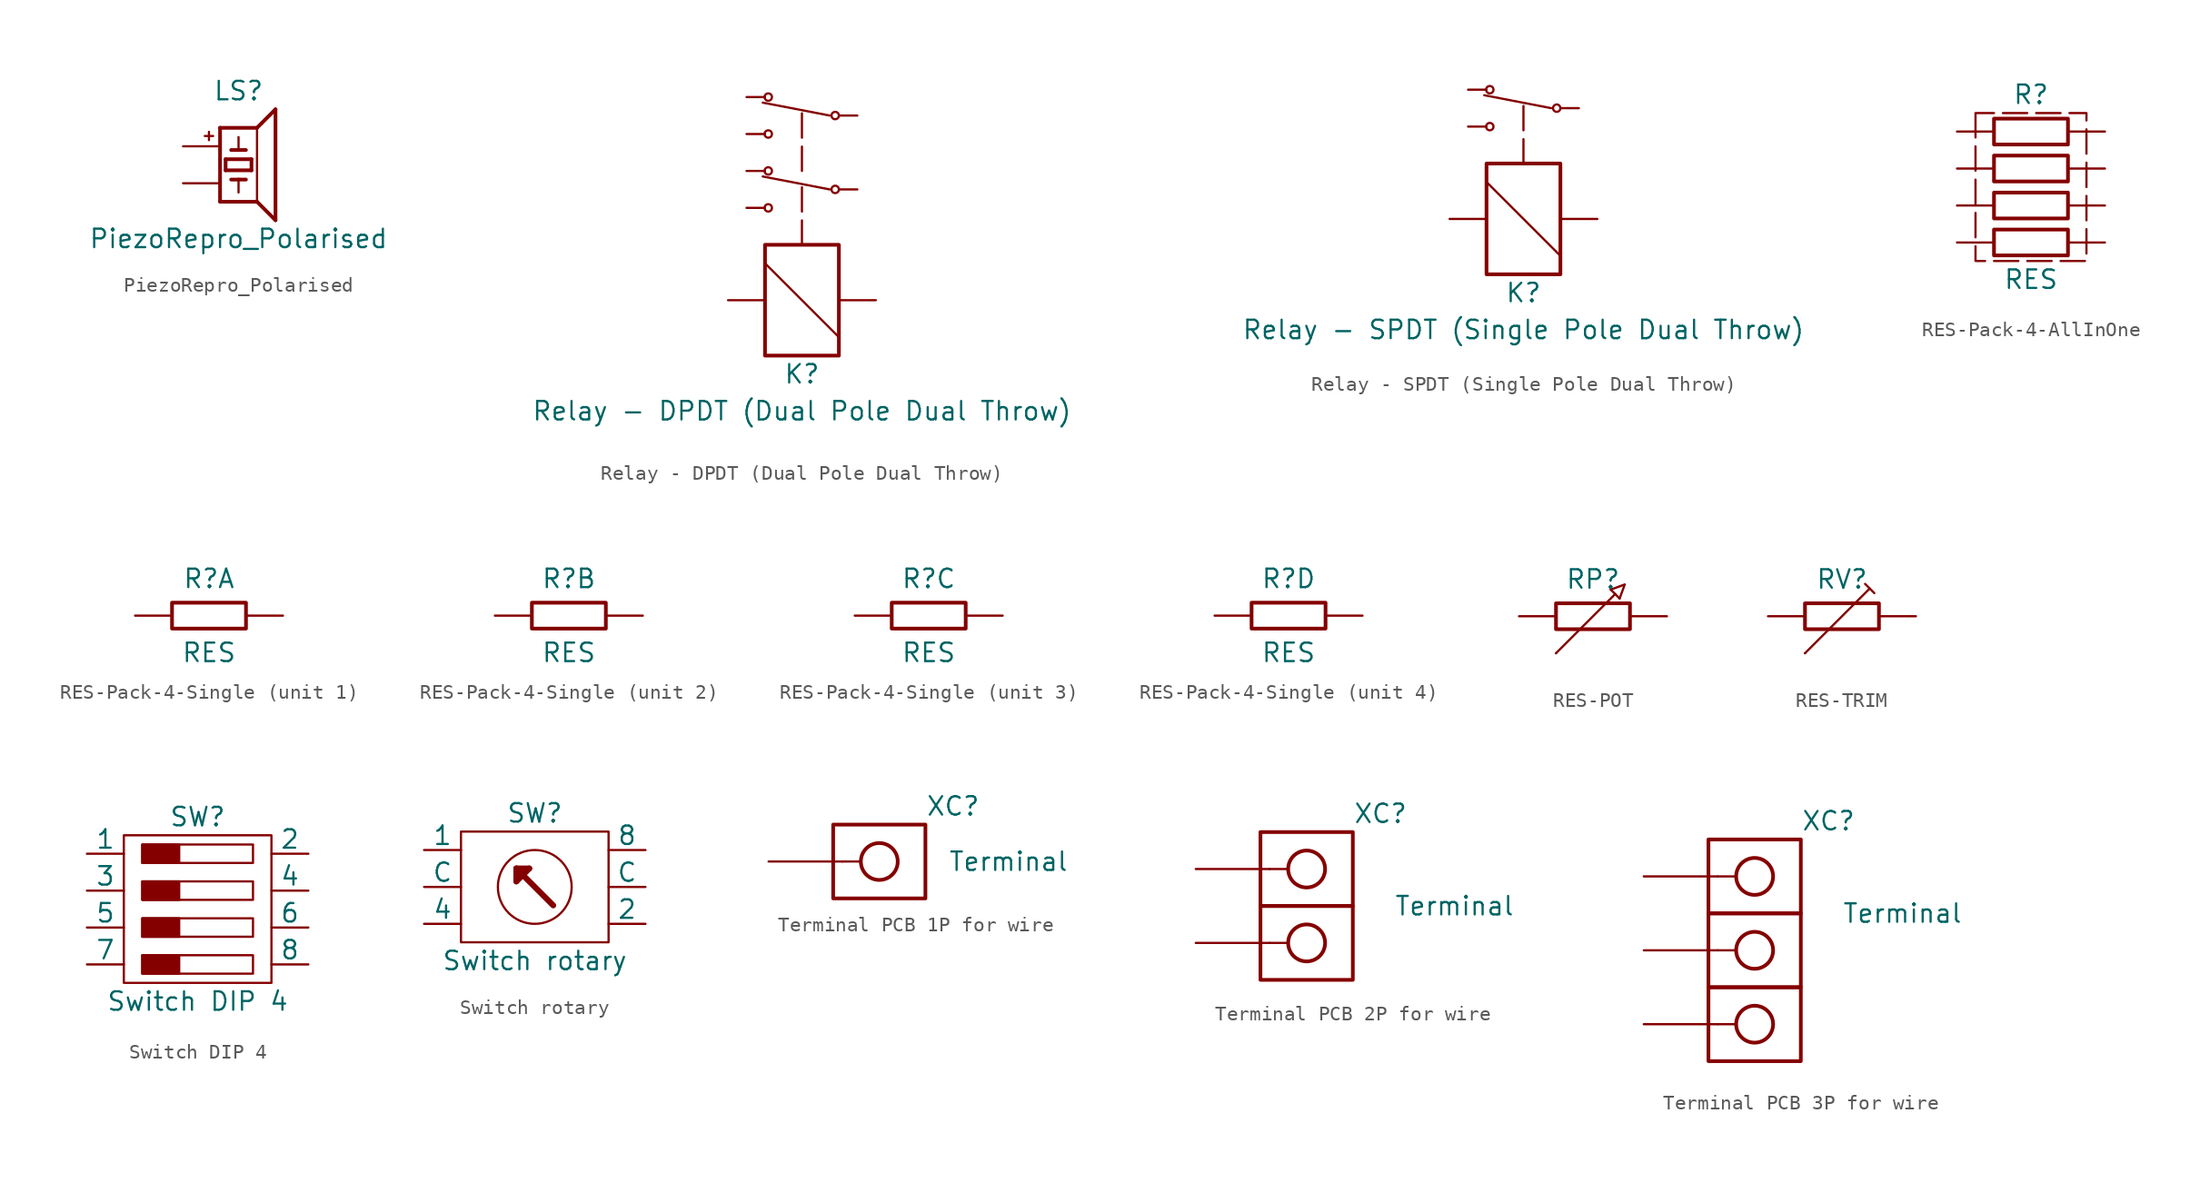
<source format=kicad_sym>
(kicad_symbol_lib
  (version 20220914)
  (generator kicad_symbol_editor)
  (symbol "PiezoRepro_Polarised"
    (pin_numbers hide)
    (pin_names
      (offset 1.016) hide)
    (property "Reference" "LS"
      (at 0 5.08 0)
      (effects (font (size 1.27 1.27))))
    (property "Value" "PiezoRepro_Polarised"
      (at 0 -5.08 0)
      (effects (font (size 1.27 1.27))))
    (symbol "PiezoRepro_Polarised_0_0"
      (text "+" (at -2.032 2.032 0) (effects (font (size 0.75 0.75)))))
    (symbol "PiezoRepro_Polarised_1_0"
      (polyline (pts (xy -1.27 -2.54) (xy -1.27 2.54)) (stroke (width 0.254) (type default)) (fill (type none)))
      (polyline (pts (xy -1.27 -2.54) (xy 1.27 -2.54)) (stroke (width 0.254) (type default)) (fill (type none)))
      (polyline (pts (xy -0.889 -0.381) (xy 0.889 -0.381)) (stroke (width 0.254) (type default)) (fill (type none)))
      (polyline (pts (xy -0.889 0.381) (xy -0.889 -0.381)) (stroke (width 0.254) (type default)) (fill (type none)))
      (polyline (pts (xy -0.508 -1.016) (xy 0 -1.016)) (stroke (width 0.254) (type default)) (fill (type none)))
      (polyline (pts (xy -0.508 1.016) (xy 0 1.016)) (stroke (width 0.254) (type default)) (fill (type none)))
      (polyline (pts (xy 0 -1.905) (xy 0 -1.016)) (stroke (width 0.152) (type default)) (fill (type none)))
      (polyline (pts (xy 0 -1.016) (xy 0.508 -1.016)) (stroke (width 0.254) (type default)) (fill (type none)))
      (polyline (pts (xy 0 1.016) (xy 0 1.905)) (stroke (width 0.152) (type default)) (fill (type none)))
      (polyline (pts (xy 0 1.016) (xy 0.508 1.016)) (stroke (width 0.254) (type default)) (fill (type none)))
      (polyline (pts (xy 0.889 -0.381) (xy 0.889 0.381)) (stroke (width 0.254) (type default)) (fill (type none)))
      (polyline (pts (xy 0.889 0.381) (xy -0.889 0.381)) (stroke (width 0.254) (type default)) (fill (type none)))
      (polyline (pts (xy 1.27 -2.54) (xy 1.27 2.54)) (stroke (width 0.152) (type default)) (fill (type none)))
      (polyline (pts (xy 1.27 2.54) (xy -1.27 2.54)) (stroke (width 0.254) (type default)) (fill (type none)))
      (polyline (pts (xy 1.27 2.54) (xy 2.54 3.81)) (stroke (width 0.254) (type default)) (fill (type none)))
      (polyline (pts (xy 2.54 -3.81) (xy 1.27 -2.54)) (stroke (width 0.254) (type default)) (fill (type none)))
      (polyline (pts (xy 2.54 3.81) (xy 2.54 -3.81)) (stroke (width 0.254) (type default)) (fill (type none))))
    (symbol "PiezoRepro_Polarised_1_1"
      (pin passive line (at -3.81 1.27 0) (length 2.54) (name "1" (effects (font (size 1.27 1.27)))) (number "1" (effects (font (size 1.27 1.27)))))
      (pin passive line (at -3.81 -1.27 0) (length 2.54) (name "2" (effects (font (size 1.27 1.27)))) (number "2" (effects (font (size 1.27 1.27)))))))
  (symbol "Relay - DPDT (Dual Pole Dual Throw)"
    (pin_numbers hide)
    (pin_names
      (offset 0) hide)
    (property "Reference" "K"
      (at 0 -5.08 0)
      (effects (font (size 1.27 1.27))))
    (property "Value" "Relay - DPDT (Dual Pole Dual Throw)"
      (at 0 -7.62 0)
      (effects (font (size 1.27 1.27))))
    (symbol "Relay - DPDT (Dual Pole Dual Throw)_0_1"
      (rectangle (start -2.54 3.81) (end 2.54 -3.81) (stroke (width 0.254) (type default)) (fill (type none)))
      (polyline (pts (xy -2.54 2.54) (xy 2.54 -2.54)) (stroke (width 0) (type default)) (fill (type none))))
    (symbol "Relay - DPDT (Dual Pole Dual Throw)_1_1"
      (circle (center -2.316 6.35) (radius 0.254) (stroke (width 0) (type default)) (fill (type none)))
      (circle (center -2.316 8.89) (radius 0.254) (stroke (width 0) (type default)) (fill (type none)))
      (circle (center -2.316 11.43) (radius 0.254) (stroke (width 0) (type default)) (fill (type none)))
      (circle (center -2.316 13.97) (radius 0.254) (stroke (width 0) (type default)) (fill (type none)))
      (polyline (pts (xy 0 3.81) (xy 0 8.128)) (stroke (width 0) (type dash)) (fill (type none)))
      (polyline (pts (xy 0 8.89) (xy 0 13.208)) (stroke (width 0) (type dash)) (fill (type none)))
      (polyline (pts (xy 1.905 7.62) (xy -2.697 8.509)) (stroke (width 0) (type default)) (fill (type none)))
      (polyline (pts (xy 1.905 12.7) (xy -2.697 13.589)) (stroke (width 0) (type default)) (fill (type none)))
      (circle (center 2.286 7.62) (radius 0.254) (stroke (width 0) (type default)) (fill (type none)))
      (circle (center 2.286 12.7) (radius 0.254) (stroke (width 0) (type default)) (fill (type none)))
      (pin passive line (at -5.08 0 0) (length 2.54) (name "COIL1" (effects (font (size 1.27 1.27)))) (number "COIL1" (effects (font (size 1.27 1.27)))))
      (pin passive line (at 5.08 0 180) (length 2.54) (name "COIL2" (effects (font (size 1.27 1.27)))) (number "COIL2" (effects (font (size 1.27 1.27)))))
      (pin passive line (at 3.81 7.62 180) (length 1.27) (name "COM1" (effects (font (size 1.27 1.27)))) (number "COM1" (effects (font (size 1.27 1.27)))))
      (pin passive line (at 3.81 12.7 180) (length 1.27) (name "COM2" (effects (font (size 1.27 1.27)))) (number "COM2" (effects (font (size 1.27 1.27)))))
      (pin passive line (at -3.81 8.89 0) (length 1.27) (name "NC1" (effects (font (size 1.27 1.27)))) (number "NC1" (effects (font (size 1.27 1.27)))))
      (pin passive line (at -3.81 13.97 0) (length 1.27) (name "NC2" (effects (font (size 1.27 1.27)))) (number "NC2" (effects (font (size 1.27 1.27)))))
      (pin passive line (at -3.81 6.35 0) (length 1.27) (name "NO1" (effects (font (size 1.27 1.27)))) (number "NO1" (effects (font (size 1.27 1.27)))))
      (pin passive line (at -3.81 11.43 0) (length 1.27) (name "NO2" (effects (font (size 1.27 1.27)))) (number "NO2" (effects (font (size 1.27 1.27)))))))
  (symbol "Relay - SPDT (Single Pole Dual Throw)"
    (pin_numbers hide)
    (pin_names
      (offset 0) hide)
    (property "Reference" "K"
      (at 0 -5.08 0)
      (effects (font (size 1.27 1.27))))
    (property "Value" "Relay - SPDT (Single Pole Dual Throw)"
      (at 0 -7.62 0)
      (effects (font (size 1.27 1.27))))
    (symbol "Relay - SPDT (Single Pole Dual Throw)_0_1"
      (rectangle (start -2.54 3.81) (end 2.54 -3.81) (stroke (width 0.254) (type default)) (fill (type none)))
      (polyline (pts (xy -2.54 2.54) (xy 2.54 -2.54)) (stroke (width 0) (type default)) (fill (type none))))
    (symbol "Relay - SPDT (Single Pole Dual Throw)_1_1"
      (circle (center -2.316 6.35) (radius 0.254) (stroke (width 0) (type default)) (fill (type none)))
      (circle (center -2.316 8.89) (radius 0.254) (stroke (width 0) (type default)) (fill (type none)))
      (polyline (pts (xy 0 3.81) (xy 0 8.128)) (stroke (width 0) (type dash)) (fill (type none)))
      (polyline (pts (xy 1.905 7.62) (xy -2.697 8.509)) (stroke (width 0) (type default)) (fill (type none)))
      (circle (center 2.286 7.62) (radius 0.254) (stroke (width 0) (type default)) (fill (type none)))
      (pin passive line (at -5.08 0 0) (length 2.54) (name "COIL1" (effects (font (size 1.27 1.27)))) (number "COIL1" (effects (font (size 1.27 1.27)))))
      (pin passive line (at 5.08 0 180) (length 2.54) (name "COIL2" (effects (font (size 1.27 1.27)))) (number "COIL2" (effects (font (size 1.27 1.27)))))
      (pin passive line (at 3.81 7.62 180) (length 1.27) (name "COM1" (effects (font (size 1.27 1.27)))) (number "COM1" (effects (font (size 1.27 1.27)))))
      (pin passive line (at -3.81 8.89 0) (length 1.27) (name "NC1" (effects (font (size 1.27 1.27)))) (number "NC1" (effects (font (size 1.27 1.27)))))
      (pin passive line (at -3.81 6.35 0) (length 1.27) (name "NO1" (effects (font (size 1.27 1.27)))) (number "NO1" (effects (font (size 1.27 1.27)))))))
  (symbol "RES-Pack-4-AllInOne"
    (pin_numbers hide)
    (pin_names
      (offset 0) hide)
    (property "Reference" "R"
      (at 0 6.35 0)
      (effects (font (size 1.27 1.27))))
    (property "Value" "RES"
      (at 0 -6.35 0)
      (effects (font (size 1.27 1.27))))
    (symbol "RES-Pack-4-AllInOne_0_1"
      (rectangle (start -2.54 -2.921) (end 2.54 -4.699) (stroke (width 0.254) (type default)) (fill (type none)))
      (rectangle (start -2.54 -0.381) (end 2.54 -2.159) (stroke (width 0.254) (type default)) (fill (type none)))
      (rectangle (start -2.54 2.159) (end 2.54 0.381) (stroke (width 0.254) (type default)) (fill (type none)))
      (rectangle (start -2.54 4.699) (end 2.54 2.921) (stroke (width 0.254) (type default)) (fill (type none))))
    (symbol "RES-Pack-4-AllInOne_1_1"
      (polyline (pts (xy -3.81 5.08) (xy -3.81 -5.08) (xy 3.81 -5.08) (xy 3.81 5.08) (xy -3.81 5.08)) (stroke (width 0) (type dash)) (fill (type none)))
      (pin passive line (at -5.08 3.81 0) (length 2.54) (name "1" (effects (font (size 1.27 1.27)))) (number "1" (effects (font (size 1.27 1.27)))))
      (pin passive line (at 5.08 3.81 180) (length 2.54) (name "2" (effects (font (size 1.27 1.27)))) (number "2" (effects (font (size 1.27 1.27)))))
      (pin passive line (at -5.08 1.27 0) (length 2.54) (name "3" (effects (font (size 1.27 1.27)))) (number "3" (effects (font (size 1.27 1.27)))))
      (pin passive line (at 5.08 1.27 180) (length 2.54) (name "4" (effects (font (size 1.27 1.27)))) (number "4" (effects (font (size 1.27 1.27)))))
      (pin passive line (at -5.08 -1.27 0) (length 2.54) (name "5" (effects (font (size 1.27 1.27)))) (number "5" (effects (font (size 1.27 1.27)))))
      (pin passive line (at 5.08 -1.27 180) (length 2.54) (name "6" (effects (font (size 1.27 1.27)))) (number "6" (effects (font (size 1.27 1.27)))))
      (pin passive line (at -5.08 -3.81 0) (length 2.54) (name "7" (effects (font (size 1.27 1.27)))) (number "7" (effects (font (size 1.27 1.27)))))
      (pin passive line (at 5.08 -3.81 180) (length 2.54) (name "8" (effects (font (size 1.27 1.27)))) (number "8" (effects (font (size 1.27 1.27)))))))
  (symbol "RES-Pack-4-Single"
    (pin_numbers hide)
    (pin_names
      (offset 0) hide)
    (property "Reference" "R"
      (at 0 2.54 0)
      (effects (font (size 1.27 1.27))))
    (property "Value" "RES"
      (at 0 -2.54 0)
      (effects (font (size 1.27 1.27))))
    (symbol "RES-Pack-4-Single_0_1"
      (rectangle (start -2.54 0.889) (end 2.54 -0.889) (stroke (width 0.254) (type default)) (fill (type none))))
    (symbol "RES-Pack-4-Single_1_1"
      (pin passive line (at -5.08 0 0) (length 2.54) (name "1" (effects (font (size 1.27 1.27)))) (number "1" (effects (font (size 1.27 1.27)))))
      (pin passive line (at 5.08 0 180) (length 2.54) (name "2" (effects (font (size 1.27 1.27)))) (number "2" (effects (font (size 1.27 1.27))))))
    (symbol "RES-Pack-4-Single_2_1"
      (pin passive line (at -5.08 0 0) (length 2.54) (name "3" (effects (font (size 1.27 1.27)))) (number "3" (effects (font (size 1.27 1.27)))))
      (pin passive line (at 5.08 0 180) (length 2.54) (name "4" (effects (font (size 1.27 1.27)))) (number "4" (effects (font (size 1.27 1.27))))))
    (symbol "RES-Pack-4-Single_3_1"
      (pin passive line (at -5.08 0 0) (length 2.54) (name "5" (effects (font (size 1.27 1.27)))) (number "5" (effects (font (size 1.27 1.27)))))
      (pin passive line (at 5.08 0 180) (length 2.54) (name "6" (effects (font (size 1.27 1.27)))) (number "6" (effects (font (size 1.27 1.27))))))
    (symbol "RES-Pack-4-Single_4_1"
      (pin passive line (at -5.08 0 0) (length 2.54) (name "7" (effects (font (size 1.27 1.27)))) (number "7" (effects (font (size 1.27 1.27)))))
      (pin passive line (at 5.08 0 180) (length 2.54) (name "8" (effects (font (size 1.27 1.27)))) (number "8" (effects (font (size 1.27 1.27)))))))
  (symbol "RES-POT"
    (pin_numbers hide)
    (pin_names
      (offset 0) hide)
    (property "Reference" "RP"
      (at 0 2.54 0)
      (effects (font (size 1.27 1.27))))
    (property "Value" ""
      (at 0 -3.81 0)
      (effects (font (size 1.27 1.27))))
    (symbol "RES-POT_0_1"
      (rectangle (start -2.54 0.889) (end 2.54 -0.889) (stroke (width 0.254) (type default)) (fill (type none)))
      (polyline (pts (xy 1.524 1.524) (xy 1.219 1.829)) (stroke (width 0) (type default)) (fill (type none)))
      (polyline (pts (xy 1.524 1.524) (xy 1.829 1.219)) (stroke (width 0) (type default)) (fill (type none)))
      (polyline (pts (xy 1.829 1.219) (xy 2.184 2.184) (xy 1.219 1.829)) (stroke (width 0) (type default)) (fill (type none)))
      (polyline (pts (xy -2.54 -2.54) (xy -2.54 -2.54) (xy 1.524 1.524) (xy 1.524 1.524)) (stroke (width 0) (type default)) (fill (type none))))
    (symbol "RES-POT_1_1"
      (pin passive line (at -5.08 0 0) (length 2.54) (name "1" (effects (font (size 1.27 1.27)))) (number "1" (effects (font (size 1.27 1.27)))))
      (pin passive line (at -2.54 -2.54 0) (length 0) (name "2" (effects (font (size 1.27 1.27)))) (number "2" (effects (font (size 1.27 1.27)))))
      (pin passive line (at 5.08 0 180) (length 2.54) (name "3" (effects (font (size 1.27 1.27)))) (number "3" (effects (font (size 1.27 1.27)))))))
  (symbol "RES-TRIM"
    (pin_numbers hide)
    (pin_names
      (offset 0) hide)
    (property "Reference" "RV"
      (at 0 2.54 0)
      (effects (font (size 1.27 1.27))))
    (property "Value" ""
      (at 0 -3.81 0)
      (effects (font (size 1.27 1.27))))
    (symbol "RES-TRIM_0_1"
      (rectangle (start -2.54 0.889) (end 2.54 -0.889) (stroke (width 0.254) (type default)) (fill (type none)))
      (polyline (pts (xy -2.54 -2.54) (xy -2.54 -2.54) (xy 1.905 1.905) (xy 1.905 1.905)) (stroke (width 0) (type default)) (fill (type none)))
      (polyline (pts (xy 2.223 1.587) (xy 2.223 1.587) (xy 1.587 2.223) (xy 1.587 2.223)) (stroke (width 0) (type default)) (fill (type none))))
    (symbol "RES-TRIM_1_1"
      (pin passive line (at -5.08 0 0) (length 2.54) (name "1" (effects (font (size 1.27 1.27)))) (number "1" (effects (font (size 1.27 1.27)))))
      (pin passive line (at -2.54 -2.54 0) (length 0) (name "2" (effects (font (size 1.27 1.27)))) (number "2" (effects (font (size 1.27 1.27)))))
      (pin passive line (at 5.08 0 180) (length 2.54) (name "3" (effects (font (size 1.27 1.27)))) (number "3" (effects (font (size 1.27 1.27)))))))
  (symbol "Switch DIP 4"
    (pin_numbers hide)
    (pin_names
      (offset 0))
    (property "Reference" "SW"
      (at 0 5.08 0)
      (effects (font (size 1.27 1.27))))
    (property "Value" "Switch DIP 4"
      (at 0 -7.62 0)
      (effects (font (size 1.27 1.27))))
    (symbol "Switch DIP 4_0_1"
      (rectangle (start -3.81 -4.445) (end 3.81 -5.715) (stroke (width 0) (type default)) (fill (type none)))
      (rectangle (start -3.81 -1.905) (end 3.81 -3.175) (stroke (width 0) (type default)) (fill (type none)))
      (rectangle (start -3.81 0.635) (end 3.81 -0.635) (stroke (width 0) (type default)) (fill (type none)))
      (rectangle (start -3.81 3.175) (end 3.81 1.905) (stroke (width 0) (type default)) (fill (type none)))
      (polyline (pts (xy -5.08 3.81) (xy -5.08 -6.35) (xy 5.08 -6.35) (xy 5.08 3.81) (xy -5.08 3.81)) (stroke (width 0) (type default)) (fill (type none))))
    (symbol "Switch DIP 4_1_1"
      (rectangle (start -3.81 -4.445) (end -1.27 -5.715) (stroke (width 0) (type default)) (fill (type outline)))
      (rectangle (start -3.81 -1.905) (end -1.27 -3.175) (stroke (width 0) (type default)) (fill (type outline)))
      (rectangle (start -3.81 0.635) (end -1.27 -0.635) (stroke (width 0) (type default)) (fill (type outline)))
      (rectangle (start -3.81 3.175) (end -1.27 1.905) (stroke (width 0) (type default)) (fill (type outline)))
      (pin passive line (at -7.62 2.54 0) (length 2.54) (name "1" (effects (font (size 1.27 1.27)))) (number "1" (effects (font (size 1.27 1.27)))))
      (pin passive line (at 7.62 2.54 180) (length 2.54) (name "2" (effects (font (size 1.27 1.27)))) (number "2" (effects (font (size 1.27 1.27)))))
      (pin passive line (at -7.62 0 0) (length 2.54) (name "3" (effects (font (size 1.27 1.27)))) (number "3" (effects (font (size 1.27 1.27)))))
      (pin passive line (at 7.62 0 180) (length 2.54) (name "4" (effects (font (size 1.27 1.27)))) (number "4" (effects (font (size 1.27 1.27)))))
      (pin passive line (at -7.62 -2.54 0) (length 2.54) (name "5" (effects (font (size 1.27 1.27)))) (number "5" (effects (font (size 1.27 1.27)))))
      (pin passive line (at 7.62 -2.54 180) (length 2.54) (name "6" (effects (font (size 1.27 1.27)))) (number "6" (effects (font (size 1.27 1.27)))))
      (pin passive line (at -7.62 -5.08 0) (length 2.54) (name "7" (effects (font (size 1.27 1.27)))) (number "7" (effects (font (size 1.27 1.27)))))
      (pin passive line (at 7.62 -5.08 180) (length 2.54) (name "8" (effects (font (size 1.27 1.27)))) (number "8" (effects (font (size 1.27 1.27)))))))
  (symbol "Switch rotary"
    (pin_numbers hide)
    (pin_names
      (offset 0))
    (property "Reference" "SW"
      (at 0 5.08 0)
      (effects (font (size 1.27 1.27))))
    (property "Value" "Switch rotary"
      (at 0 -5.08 0)
      (effects (font (size 1.27 1.27))))
    (symbol "Switch rotary_0_1"
      (polyline (pts (xy -5.08 3.81) (xy -5.08 -3.81) (xy 5.08 -3.81) (xy 5.08 3.81) (xy -5.08 3.81)) (stroke (width 0) (type default)) (fill (type none)))
      (circle (center 0 0) (radius 2.54) (stroke (width 0) (type default)) (fill (type none))))
    (symbol "Switch rotary_1_1"
      (polyline (pts (xy -1.27 0.381) (xy -0.381 1.27)) (stroke (width 0.406) (type default)) (fill (type none)))
      (polyline (pts (xy -1.27 1.27) (xy -1.27 0.381)) (stroke (width 0.406) (type default)) (fill (type none)))
      (polyline (pts (xy -1.27 1.27) (xy -0.381 1.27)) (stroke (width 0.406) (type default)) (fill (type none)))
      (polyline (pts (xy -1.27 1.27) (xy 1.27 -1.27)) (stroke (width 0.406) (type default)) (fill (type none)))
      (pin passive line (at -7.62 2.54 0) (length 2.54) (name "1" (effects (font (size 1.27 1.27)))) (number "1" (effects (font (size 1.27 1.27)))))
      (pin passive line (at 7.62 -2.54 180) (length 2.54) (name "2" (effects (font (size 1.27 1.27)))) (number "2" (effects (font (size 1.27 1.27)))))
      (pin passive line (at -7.62 -2.54 0) (length 2.54) (name "4" (effects (font (size 1.27 1.27)))) (number "4" (effects (font (size 1.27 1.27)))))
      (pin passive line (at 7.62 2.54 180) (length 2.54) (name "8" (effects (font (size 1.27 1.27)))) (number "8" (effects (font (size 1.27 1.27)))))
      (pin passive line (at -7.62 0 0) (length 2.54) (name "C" (effects (font (size 1.27 1.27)))) (number "C" (effects (font (size 1.27 1.27)))))
      (pin passive line (at 7.62 0 180) (length 2.54) (name "C" (effects (font (size 1.27 1.27)))) (number "C" (effects (font (size 1.27 1.27)))))))
  (symbol "Terminal PCB 1P for wire"
    (pin_numbers hide)
    (pin_names
      (offset 1.016) hide)
    (property "Reference" "XC"
      (at 5.08 3.81 0)
      (effects (font (size 1.27 1.27))))
    (property "Value" "Terminal"
      (at 8.89 0 0)
      (effects (font (size 1.27 1.27))))
    (symbol "Terminal PCB 1P for wire_1_0"
      (polyline (pts (xy -2.54 0) (xy -1.27 0)) (stroke (width 0) (type default)) (fill (type none))))
    (symbol "Terminal PCB 1P for wire_1_1"
      (rectangle (start -3.175 2.54) (end 3.175 -2.54) (stroke (width 0.254) (type default)) (fill (type none)))
      (circle (center 0 0) (radius 1.27) (stroke (width 0.254) (type default)) (fill (type none)))
      (pin passive line (at -7.62 0 0) (length 5.08) (name "1" (effects (font (size 1.27 1.27)))) (number "1" (effects (font (size 1.27 1.27)))))))
  (symbol "Terminal PCB 2P for wire"
    (pin_numbers hide)
    (pin_names
      (offset 1.016) hide)
    (property "Reference" "XC"
      (at 5.08 6.35 0)
      (effects (font (size 1.27 1.27))))
    (property "Value" "Terminal"
      (at 10.16 0 0)
      (effects (font (size 1.27 1.27))))
    (symbol "Terminal PCB 2P for wire_1_0"
      (polyline (pts (xy -2.54 -2.54) (xy -1.27 -2.54)) (stroke (width 0) (type default)) (fill (type none)))
      (polyline (pts (xy -2.54 2.54) (xy -1.27 2.54)) (stroke (width 0) (type default)) (fill (type none))))
    (symbol "Terminal PCB 2P for wire_1_1"
      (rectangle (start -3.175 0) (end 3.175 -5.08) (stroke (width 0.254) (type default)) (fill (type none)))
      (rectangle (start -3.175 5.08) (end 3.175 0) (stroke (width 0.254) (type default)) (fill (type none)))
      (circle (center 0 -2.54) (radius 1.27) (stroke (width 0.254) (type default)) (fill (type none)))
      (circle (center 0 2.54) (radius 1.27) (stroke (width 0.254) (type default)) (fill (type none)))
      (pin passive line (at -7.62 2.54 0) (length 5.08) (name "1" (effects (font (size 1.27 1.27)))) (number "1" (effects (font (size 1.27 1.27)))))
      (pin passive line (at -7.62 -2.54 0) (length 5.08) (name "2" (effects (font (size 1.27 1.27)))) (number "2" (effects (font (size 1.27 1.27)))))))
  (symbol "Terminal PCB 3P for wire"
    (pin_numbers hide)
    (pin_names
      (offset 1.016) hide)
    (property "Reference" "XC"
      (at 5.08 8.89 0)
      (effects (font (size 1.27 1.27))))
    (property "Value" "Terminal"
      (at 10.16 2.54 0)
      (effects (font (size 1.27 1.27))))
    (symbol "Terminal PCB 3P for wire_1_0"
      (polyline (pts (xy -2.54 -5.08) (xy -1.27 -5.08)) (stroke (width 0) (type default)) (fill (type none)))
      (polyline (pts (xy -2.54 0) (xy -1.27 0)) (stroke (width 0) (type default)) (fill (type none)))
      (polyline (pts (xy -2.54 5.08) (xy -1.27 5.08)) (stroke (width 0) (type default)) (fill (type none))))
    (symbol "Terminal PCB 3P for wire_1_1"
      (rectangle (start -3.175 -2.54) (end 3.175 -7.62) (stroke (width 0.254) (type default)) (fill (type none)))
      (rectangle (start -3.175 2.54) (end 3.175 -2.54) (stroke (width 0.254) (type default)) (fill (type none)))
      (rectangle (start -3.175 7.62) (end 3.175 2.54) (stroke (width 0.254) (type default)) (fill (type none)))
      (circle (center 0 -5.08) (radius 1.27) (stroke (width 0.254) (type default)) (fill (type none)))
      (circle (center 0 0) (radius 1.27) (stroke (width 0.254) (type default)) (fill (type none)))
      (circle (center 0 5.08) (radius 1.27) (stroke (width 0.254) (type default)) (fill (type none)))
      (pin passive line (at -7.62 5.08 0) (length 5.08) (name "1" (effects (font (size 1.27 1.27)))) (number "1" (effects (font (size 1.27 1.27)))))
      (pin passive line (at -7.62 0 0) (length 5.08) (name "2" (effects (font (size 1.27 1.27)))) (number "2" (effects (font (size 1.27 1.27)))))
      (pin passive line (at -7.62 -5.08 0) (length 5.08) (name "3" (effects (font (size 1.27 1.27)))) (number "3" (effects (font (size 1.27 1.27))))))))
</source>
